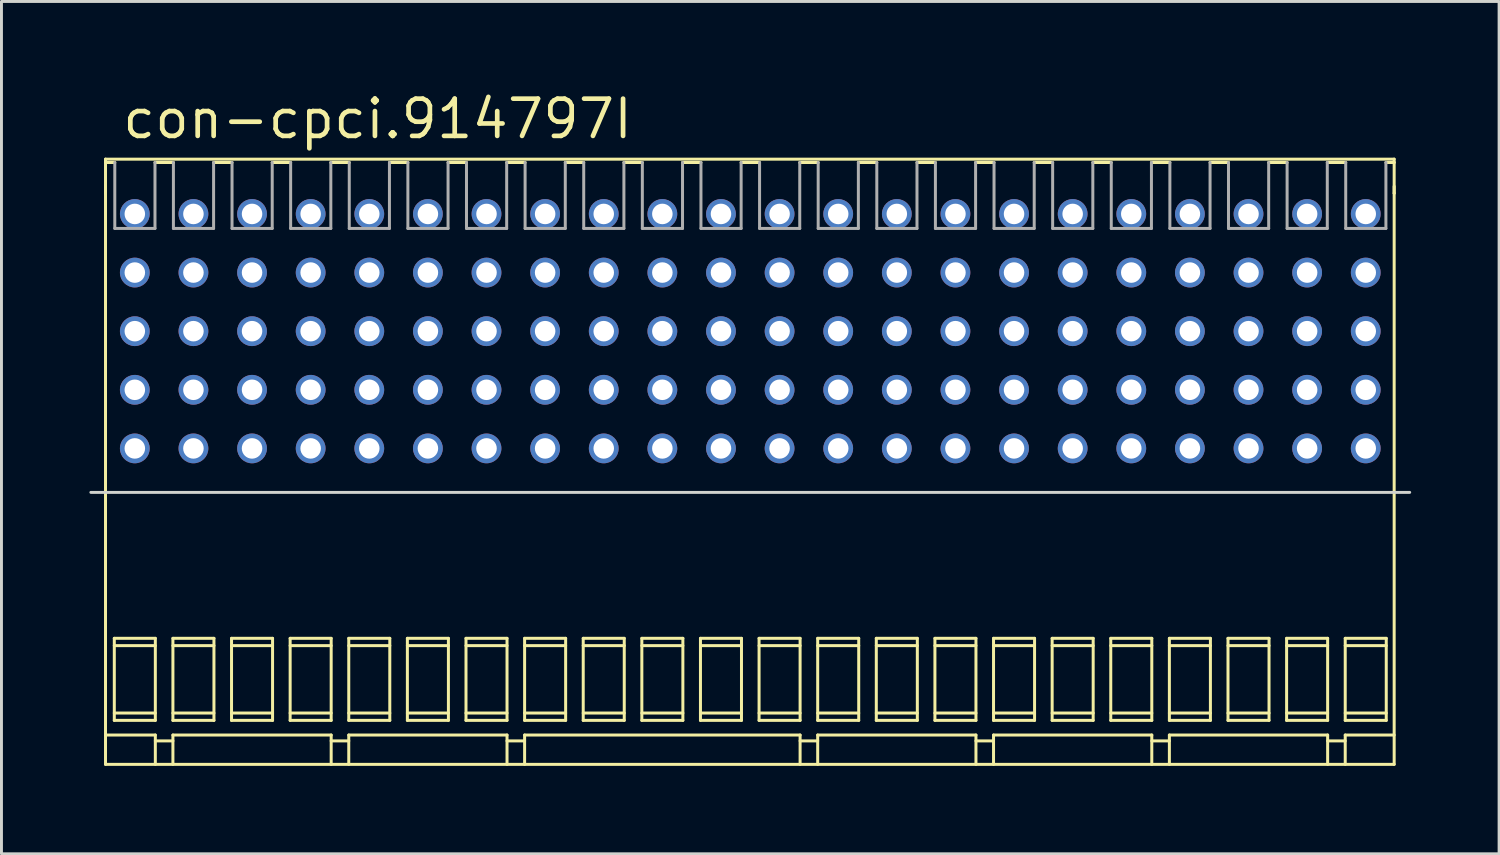
<source format=kicad_pcb>
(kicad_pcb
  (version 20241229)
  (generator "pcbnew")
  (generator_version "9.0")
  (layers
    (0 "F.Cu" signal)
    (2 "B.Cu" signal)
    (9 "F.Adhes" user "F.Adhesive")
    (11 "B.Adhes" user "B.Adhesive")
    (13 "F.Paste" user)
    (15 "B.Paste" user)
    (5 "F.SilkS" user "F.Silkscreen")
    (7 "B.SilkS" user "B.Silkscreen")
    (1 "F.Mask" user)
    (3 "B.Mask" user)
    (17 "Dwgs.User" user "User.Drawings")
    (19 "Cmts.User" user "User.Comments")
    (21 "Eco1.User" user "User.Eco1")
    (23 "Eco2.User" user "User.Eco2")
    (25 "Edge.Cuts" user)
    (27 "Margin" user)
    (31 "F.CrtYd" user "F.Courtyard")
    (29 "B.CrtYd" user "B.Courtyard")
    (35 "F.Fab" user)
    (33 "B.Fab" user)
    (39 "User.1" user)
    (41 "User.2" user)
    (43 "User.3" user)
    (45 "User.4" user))
  (footprint "con-cpci.914797I"
    (layer "F.Cu")
    (at 22.55 12.25)
    (property "Reference" "con-cpci.914797I" (at -21.5 -10.5 0) (layer "F.SilkS") (effects (font (size 1.27 1.27) (thickness 0.16)) (justify left bottom)))
    (attr through_hole)
    (fp_line (start -22 -9.87) (end 21.97 -9.87) (stroke (width 0.102) (type default)) (layer "F.SilkS"))
    (fp_line (start -22 -9.756) (end -22 -9.87) (stroke (width 0.102) (type default)) (layer "F.SilkS"))
    (fp_line (start -22 -9.756) (end -22 -8.706) (stroke (width 0.102) (type default)) (layer "F.SilkS"))
    (fp_line (start -22 -8.972) (end -22 -8.706) (stroke (width 0.102) (type default)) (layer "F.SilkS"))
    (fp_line (start -22 -8.706) (end -22 10.78) (stroke (width 0.102) (type default)) (layer "F.SilkS"))
    (fp_line (start -22 9.78) (end -20.3 9.78) (stroke (width 0.102) (type default)) (layer "F.SilkS"))
    (fp_line (start -22 10.78) (end 21.97 10.78) (stroke (width 0.102) (type default)) (layer "F.SilkS"))
    (fp_line (start -21.7 6.48) (end -21.7 9.28) (stroke (width 0.102) (type default)) (layer "F.SilkS"))
    (fp_line (start -21.7 6.48) (end -20.3 6.48) (stroke (width 0.102) (type default)) (layer "F.SilkS"))
    (fp_line (start -21.7 6.73) (end -20.3 6.73) (stroke (width 0.102) (type default)) (layer "F.SilkS"))
    (fp_line (start -21.7 9.03) (end -20.3 9.03) (stroke (width 0.102) (type default)) (layer "F.SilkS"))
    (fp_line (start -21.7 9.28) (end -20.3 9.28) (stroke (width 0.102) (type default)) (layer "F.SilkS"))
    (fp_line (start -21.683 -9.756) (end -22 -9.756) (stroke (width 0.102) (type default)) (layer "F.SilkS"))
    (fp_line (start -20.3 6.48) (end -20.3 9.28) (stroke (width 0.102) (type default)) (layer "F.SilkS"))
    (fp_line (start -20.3 9.78) (end -20.3 10.78) (stroke (width 0.102) (type default)) (layer "F.SilkS"))
    (fp_line (start -20.3 9.98) (end -19.7 9.98) (stroke (width 0.102) (type default)) (layer "F.SilkS"))
    (fp_line (start -19.7 6.48) (end -19.7 9.28) (stroke (width 0.102) (type default)) (layer "F.SilkS"))
    (fp_line (start -19.7 6.48) (end -18.3 6.48) (stroke (width 0.102) (type default)) (layer "F.SilkS"))
    (fp_line (start -19.7 6.73) (end -18.3 6.73) (stroke (width 0.102) (type default)) (layer "F.SilkS"))
    (fp_line (start -19.7 9.03) (end -18.3 9.03) (stroke (width 0.102) (type default)) (layer "F.SilkS"))
    (fp_line (start -19.7 9.28) (end -18.3 9.28) (stroke (width 0.102) (type default)) (layer "F.SilkS"))
    (fp_line (start -19.7 9.78) (end -19.7 10.78) (stroke (width 0.102) (type default)) (layer "F.SilkS"))
    (fp_line (start -19.683 -9.756) (end -20.312 -9.756) (stroke (width 0.102) (type default)) (layer "F.SilkS"))
    (fp_line (start -18.3 6.48) (end -18.3 9.28) (stroke (width 0.102) (type default)) (layer "F.SilkS"))
    (fp_line (start -17.7 6.48) (end -17.7 9.28) (stroke (width 0.102) (type default)) (layer "F.SilkS"))
    (fp_line (start -17.7 6.48) (end -16.3 6.48) (stroke (width 0.102) (type default)) (layer "F.SilkS"))
    (fp_line (start -17.7 6.73) (end -16.3 6.73) (stroke (width 0.102) (type default)) (layer "F.SilkS"))
    (fp_line (start -17.7 9.03) (end -16.3 9.03) (stroke (width 0.102) (type default)) (layer "F.SilkS"))
    (fp_line (start -17.7 9.28) (end -16.3 9.28) (stroke (width 0.102) (type default)) (layer "F.SilkS"))
    (fp_line (start -17.683 -9.756) (end -18.312 -9.756) (stroke (width 0.102) (type default)) (layer "F.SilkS"))
    (fp_line (start -16.3 6.48) (end -16.3 9.28) (stroke (width 0.102) (type default)) (layer "F.SilkS"))
    (fp_line (start -15.7 6.48) (end -15.7 9.28) (stroke (width 0.102) (type default)) (layer "F.SilkS"))
    (fp_line (start -15.7 6.48) (end -14.3 6.48) (stroke (width 0.102) (type default)) (layer "F.SilkS"))
    (fp_line (start -15.7 6.73) (end -14.3 6.73) (stroke (width 0.102) (type default)) (layer "F.SilkS"))
    (fp_line (start -15.7 9.03) (end -14.3 9.03) (stroke (width 0.102) (type default)) (layer "F.SilkS"))
    (fp_line (start -15.7 9.28) (end -14.3 9.28) (stroke (width 0.102) (type default)) (layer "F.SilkS"))
    (fp_line (start -15.683 -9.756) (end -16.312 -9.756) (stroke (width 0.102) (type default)) (layer "F.SilkS"))
    (fp_line (start -14.3 6.48) (end -14.3 9.28) (stroke (width 0.102) (type default)) (layer "F.SilkS"))
    (fp_line (start -14.3 9.78) (end -19.7 9.78) (stroke (width 0.102) (type default)) (layer "F.SilkS"))
    (fp_line (start -14.3 9.78) (end -14.3 10.78) (stroke (width 0.102) (type default)) (layer "F.SilkS"))
    (fp_line (start -14.3 9.98) (end -13.7 9.98) (stroke (width 0.102) (type default)) (layer "F.SilkS"))
    (fp_line (start -13.7 6.48) (end -13.7 9.28) (stroke (width 0.102) (type default)) (layer "F.SilkS"))
    (fp_line (start -13.7 6.48) (end -12.3 6.48) (stroke (width 0.102) (type default)) (layer "F.SilkS"))
    (fp_line (start -13.7 6.73) (end -12.3 6.73) (stroke (width 0.102) (type default)) (layer "F.SilkS"))
    (fp_line (start -13.7 9.03) (end -12.3 9.03) (stroke (width 0.102) (type default)) (layer "F.SilkS"))
    (fp_line (start -13.7 9.28) (end -12.3 9.28) (stroke (width 0.102) (type default)) (layer "F.SilkS"))
    (fp_line (start -13.7 9.78) (end -13.7 10.78) (stroke (width 0.102) (type default)) (layer "F.SilkS"))
    (fp_line (start -13.683 -9.756) (end -14.312 -9.756) (stroke (width 0.102) (type default)) (layer "F.SilkS"))
    (fp_line (start -12.3 6.48) (end -12.3 9.28) (stroke (width 0.102) (type default)) (layer "F.SilkS"))
    (fp_line (start -11.7 6.48) (end -11.7 9.28) (stroke (width 0.102) (type default)) (layer "F.SilkS"))
    (fp_line (start -11.7 6.48) (end -10.3 6.48) (stroke (width 0.102) (type default)) (layer "F.SilkS"))
    (fp_line (start -11.7 6.73) (end -10.3 6.73) (stroke (width 0.102) (type default)) (layer "F.SilkS"))
    (fp_line (start -11.7 9.03) (end -10.3 9.03) (stroke (width 0.102) (type default)) (layer "F.SilkS"))
    (fp_line (start -11.7 9.28) (end -10.3 9.28) (stroke (width 0.102) (type default)) (layer "F.SilkS"))
    (fp_line (start -11.683 -9.756) (end -12.312 -9.756) (stroke (width 0.102) (type default)) (layer "F.SilkS"))
    (fp_line (start -10.3 6.48) (end -10.3 9.28) (stroke (width 0.102) (type default)) (layer "F.SilkS"))
    (fp_line (start -9.7 6.48) (end -9.7 9.28) (stroke (width 0.102) (type default)) (layer "F.SilkS"))
    (fp_line (start -9.7 6.48) (end -8.3 6.48) (stroke (width 0.102) (type default)) (layer "F.SilkS"))
    (fp_line (start -9.7 6.73) (end -8.3 6.73) (stroke (width 0.102) (type default)) (layer "F.SilkS"))
    (fp_line (start -9.7 9.03) (end -8.3 9.03) (stroke (width 0.102) (type default)) (layer "F.SilkS"))
    (fp_line (start -9.7 9.28) (end -8.3 9.28) (stroke (width 0.102) (type default)) (layer "F.SilkS"))
    (fp_line (start -9.683 -9.756) (end -10.312 -9.756) (stroke (width 0.102) (type default)) (layer "F.SilkS"))
    (fp_line (start -8.3 6.48) (end -8.3 9.28) (stroke (width 0.102) (type default)) (layer "F.SilkS"))
    (fp_line (start -8.3 9.78) (end -13.7 9.78) (stroke (width 0.102) (type default)) (layer "F.SilkS"))
    (fp_line (start -8.3 9.78) (end -8.3 10.78) (stroke (width 0.102) (type default)) (layer "F.SilkS"))
    (fp_line (start -8.3 9.98) (end -7.7 9.98) (stroke (width 0.102) (type default)) (layer "F.SilkS"))
    (fp_line (start -7.7 6.48) (end -7.7 9.28) (stroke (width 0.102) (type default)) (layer "F.SilkS"))
    (fp_line (start -7.7 6.48) (end -6.3 6.48) (stroke (width 0.102) (type default)) (layer "F.SilkS"))
    (fp_line (start -7.7 6.73) (end -6.3 6.73) (stroke (width 0.102) (type default)) (layer "F.SilkS"))
    (fp_line (start -7.7 9.03) (end -6.3 9.03) (stroke (width 0.102) (type default)) (layer "F.SilkS"))
    (fp_line (start -7.7 9.28) (end -6.3 9.28) (stroke (width 0.102) (type default)) (layer "F.SilkS"))
    (fp_line (start -7.7 9.78) (end -7.7 10.78) (stroke (width 0.102) (type default)) (layer "F.SilkS"))
    (fp_line (start -7.7 9.78) (end 1.7 9.78) (stroke (width 0.102) (type default)) (layer "F.SilkS"))
    (fp_line (start -7.683 -9.756) (end -8.312 -9.756) (stroke (width 0.102) (type default)) (layer "F.SilkS"))
    (fp_line (start -6.3 6.48) (end -6.3 9.28) (stroke (width 0.102) (type default)) (layer "F.SilkS"))
    (fp_line (start -5.7 6.48) (end -5.7 9.28) (stroke (width 0.102) (type default)) (layer "F.SilkS"))
    (fp_line (start -5.7 6.73) (end -4.3 6.73) (stroke (width 0.102) (type default)) (layer "F.SilkS"))
    (fp_line (start -5.7 9.03) (end -4.3 9.03) (stroke (width 0.102) (type default)) (layer "F.SilkS"))
    (fp_line (start -5.683 -9.756) (end -6.312 -9.756) (stroke (width 0.102) (type default)) (layer "F.SilkS"))
    (fp_line (start -4.3 6.48) (end -5.7 6.48) (stroke (width 0.102) (type default)) (layer "F.SilkS"))
    (fp_line (start -4.3 9.28) (end -5.7 9.28) (stroke (width 0.102) (type default)) (layer "F.SilkS"))
    (fp_line (start -4.3 9.28) (end -4.3 6.48) (stroke (width 0.102) (type default)) (layer "F.SilkS"))
    (fp_line (start -3.7 6.48) (end -3.7 9.28) (stroke (width 0.102) (type default)) (layer "F.SilkS"))
    (fp_line (start -3.683 -9.756) (end -4.312 -9.756) (stroke (width 0.102) (type default)) (layer "F.SilkS"))
    (fp_line (start -2.3 6.48) (end -3.7 6.48) (stroke (width 0.102) (type default)) (layer "F.SilkS"))
    (fp_line (start -2.3 6.48) (end -2.3 9.28) (stroke (width 0.102) (type default)) (layer "F.SilkS"))
    (fp_line (start -2.3 6.73) (end -3.7 6.73) (stroke (width 0.102) (type default)) (layer "F.SilkS"))
    (fp_line (start -2.3 9.03) (end -3.7 9.03) (stroke (width 0.102) (type default)) (layer "F.SilkS"))
    (fp_line (start -2.3 9.28) (end -3.7 9.28) (stroke (width 0.102) (type default)) (layer "F.SilkS"))
    (fp_line (start -1.7 9.28) (end -1.7 6.48) (stroke (width 0.102) (type default)) (layer "F.SilkS"))
    (fp_line (start -1.683 -9.756) (end -2.312 -9.756) (stroke (width 0.102) (type default)) (layer "F.SilkS"))
    (fp_line (start -0.3 6.48) (end -1.7 6.48) (stroke (width 0.102) (type default)) (layer "F.SilkS"))
    (fp_line (start -0.3 6.48) (end -0.3 9.28) (stroke (width 0.102) (type default)) (layer "F.SilkS"))
    (fp_line (start -0.3 6.73) (end -1.7 6.73) (stroke (width 0.102) (type default)) (layer "F.SilkS"))
    (fp_line (start -0.3 9.03) (end -1.7 9.03) (stroke (width 0.102) (type default)) (layer "F.SilkS"))
    (fp_line (start -0.3 9.28) (end -1.7 9.28) (stroke (width 0.102) (type default)) (layer "F.SilkS"))
    (fp_line (start 0.3 6.48) (end 0.3 9.28) (stroke (width 0.102) (type default)) (layer "F.SilkS"))
    (fp_line (start 0.317 -9.756) (end -0.312 -9.756) (stroke (width 0.102) (type default)) (layer "F.SilkS"))
    (fp_line (start 1.7 6.48) (end 0.3 6.48) (stroke (width 0.102) (type default)) (layer "F.SilkS"))
    (fp_line (start 1.7 6.48) (end 1.7 9.28) (stroke (width 0.102) (type default)) (layer "F.SilkS"))
    (fp_line (start 1.7 6.73) (end 0.3 6.73) (stroke (width 0.102) (type default)) (layer "F.SilkS"))
    (fp_line (start 1.7 9.03) (end 0.3 9.03) (stroke (width 0.102) (type default)) (layer "F.SilkS"))
    (fp_line (start 1.7 9.28) (end 0.3 9.28) (stroke (width 0.102) (type default)) (layer "F.SilkS"))
    (fp_line (start 1.7 9.78) (end 1.7 10.78) (stroke (width 0.102) (type default)) (layer "F.SilkS"))
    (fp_line (start 2.3 6.48) (end 2.3 9.28) (stroke (width 0.102) (type default)) (layer "F.SilkS"))
    (fp_line (start 2.3 9.78) (end 2.3 10.78) (stroke (width 0.102) (type default)) (layer "F.SilkS"))
    (fp_line (start 2.3 9.98) (end 1.7 9.98) (stroke (width 0.102) (type default)) (layer "F.SilkS"))
    (fp_line (start 2.317 -9.756) (end 1.688 -9.756) (stroke (width 0.102) (type default)) (layer "F.SilkS"))
    (fp_line (start 3.7 6.48) (end 2.3 6.48) (stroke (width 0.102) (type default)) (layer "F.SilkS"))
    (fp_line (start 3.7 6.48) (end 3.7 9.28) (stroke (width 0.102) (type default)) (layer "F.SilkS"))
    (fp_line (start 3.7 6.73) (end 2.3 6.73) (stroke (width 0.102) (type default)) (layer "F.SilkS"))
    (fp_line (start 3.7 9.03) (end 2.3 9.03) (stroke (width 0.102) (type default)) (layer "F.SilkS"))
    (fp_line (start 3.7 9.28) (end 2.3 9.28) (stroke (width 0.102) (type default)) (layer "F.SilkS"))
    (fp_line (start 4.3 6.48) (end 4.3 9.28) (stroke (width 0.102) (type default)) (layer "F.SilkS"))
    (fp_line (start 4.317 -9.756) (end 3.688 -9.756) (stroke (width 0.102) (type default)) (layer "F.SilkS"))
    (fp_line (start 5.7 6.48) (end 4.3 6.48) (stroke (width 0.102) (type default)) (layer "F.SilkS"))
    (fp_line (start 5.7 6.48) (end 5.7 9.28) (stroke (width 0.102) (type default)) (layer "F.SilkS"))
    (fp_line (start 5.7 6.73) (end 4.3 6.73) (stroke (width 0.102) (type default)) (layer "F.SilkS"))
    (fp_line (start 5.7 9.03) (end 4.3 9.03) (stroke (width 0.102) (type default)) (layer "F.SilkS"))
    (fp_line (start 5.7 9.28) (end 4.3 9.28) (stroke (width 0.102) (type default)) (layer "F.SilkS"))
    (fp_line (start 6.3 6.48) (end 6.3 9.28) (stroke (width 0.102) (type default)) (layer "F.SilkS"))
    (fp_line (start 6.317 -9.756) (end 5.688 -9.756) (stroke (width 0.102) (type default)) (layer "F.SilkS"))
    (fp_line (start 7.7 6.48) (end 6.3 6.48) (stroke (width 0.102) (type default)) (layer "F.SilkS"))
    (fp_line (start 7.7 6.48) (end 7.7 9.28) (stroke (width 0.102) (type default)) (layer "F.SilkS"))
    (fp_line (start 7.7 6.73) (end 6.3 6.73) (stroke (width 0.102) (type default)) (layer "F.SilkS"))
    (fp_line (start 7.7 9.03) (end 6.3 9.03) (stroke (width 0.102) (type default)) (layer "F.SilkS"))
    (fp_line (start 7.7 9.28) (end 6.3 9.28) (stroke (width 0.102) (type default)) (layer "F.SilkS"))
    (fp_line (start 7.7 9.78) (end 2.3 9.78) (stroke (width 0.102) (type default)) (layer "F.SilkS"))
    (fp_line (start 7.7 9.78) (end 7.7 10.78) (stroke (width 0.102) (type default)) (layer "F.SilkS"))
    (fp_line (start 8.3 6.48) (end 8.3 9.28) (stroke (width 0.102) (type default)) (layer "F.SilkS"))
    (fp_line (start 8.3 9.78) (end 8.3 10.78) (stroke (width 0.102) (type default)) (layer "F.SilkS"))
    (fp_line (start 8.3 9.98) (end 7.7 9.98) (stroke (width 0.102) (type default)) (layer "F.SilkS"))
    (fp_line (start 8.317 -9.756) (end 7.688 -9.756) (stroke (width 0.102) (type default)) (layer "F.SilkS"))
    (fp_line (start 9.7 6.48) (end 8.3 6.48) (stroke (width 0.102) (type default)) (layer "F.SilkS"))
    (fp_line (start 9.7 6.48) (end 9.7 9.28) (stroke (width 0.102) (type default)) (layer "F.SilkS"))
    (fp_line (start 9.7 6.73) (end 8.3 6.73) (stroke (width 0.102) (type default)) (layer "F.SilkS"))
    (fp_line (start 9.7 9.03) (end 8.3 9.03) (stroke (width 0.102) (type default)) (layer "F.SilkS"))
    (fp_line (start 9.7 9.28) (end 8.3 9.28) (stroke (width 0.102) (type default)) (layer "F.SilkS"))
    (fp_line (start 10.3 6.48) (end 10.3 9.28) (stroke (width 0.102) (type default)) (layer "F.SilkS"))
    (fp_line (start 10.317 -9.756) (end 9.688 -9.756) (stroke (width 0.102) (type default)) (layer "F.SilkS"))
    (fp_line (start 11.7 6.48) (end 10.3 6.48) (stroke (width 0.102) (type default)) (layer "F.SilkS"))
    (fp_line (start 11.7 6.48) (end 11.7 9.28) (stroke (width 0.102) (type default)) (layer "F.SilkS"))
    (fp_line (start 11.7 6.73) (end 10.3 6.73) (stroke (width 0.102) (type default)) (layer "F.SilkS"))
    (fp_line (start 11.7 9.03) (end 10.3 9.03) (stroke (width 0.102) (type default)) (layer "F.SilkS"))
    (fp_line (start 11.7 9.28) (end 10.3 9.28) (stroke (width 0.102) (type default)) (layer "F.SilkS"))
    (fp_line (start 12.3 6.48) (end 12.3 9.28) (stroke (width 0.102) (type default)) (layer "F.SilkS"))
    (fp_line (start 12.317 -9.756) (end 11.688 -9.756) (stroke (width 0.102) (type default)) (layer "F.SilkS"))
    (fp_line (start 13.7 6.48) (end 12.3 6.48) (stroke (width 0.102) (type default)) (layer "F.SilkS"))
    (fp_line (start 13.7 6.48) (end 13.7 9.28) (stroke (width 0.102) (type default)) (layer "F.SilkS"))
    (fp_line (start 13.7 6.73) (end 12.3 6.73) (stroke (width 0.102) (type default)) (layer "F.SilkS"))
    (fp_line (start 13.7 9.03) (end 12.3 9.03) (stroke (width 0.102) (type default)) (layer "F.SilkS"))
    (fp_line (start 13.7 9.28) (end 12.3 9.28) (stroke (width 0.102) (type default)) (layer "F.SilkS"))
    (fp_line (start 13.7 9.78) (end 8.3 9.78) (stroke (width 0.102) (type default)) (layer "F.SilkS"))
    (fp_line (start 13.7 9.78) (end 13.7 10.78) (stroke (width 0.102) (type default)) (layer "F.SilkS"))
    (fp_line (start 14.3 6.48) (end 14.3 9.28) (stroke (width 0.102) (type default)) (layer "F.SilkS"))
    (fp_line (start 14.3 9.78) (end 14.3 10.78) (stroke (width 0.102) (type default)) (layer "F.SilkS"))
    (fp_line (start 14.3 9.98) (end 13.7 9.98) (stroke (width 0.102) (type default)) (layer "F.SilkS"))
    (fp_line (start 14.317 -9.756) (end 13.688 -9.756) (stroke (width 0.102) (type default)) (layer "F.SilkS"))
    (fp_line (start 15.7 6.48) (end 14.3 6.48) (stroke (width 0.102) (type default)) (layer "F.SilkS"))
    (fp_line (start 15.7 6.48) (end 15.7 9.28) (stroke (width 0.102) (type default)) (layer "F.SilkS"))
    (fp_line (start 15.7 6.73) (end 14.3 6.73) (stroke (width 0.102) (type default)) (layer "F.SilkS"))
    (fp_line (start 15.7 9.03) (end 14.3 9.03) (stroke (width 0.102) (type default)) (layer "F.SilkS"))
    (fp_line (start 15.7 9.28) (end 14.3 9.28) (stroke (width 0.102) (type default)) (layer "F.SilkS"))
    (fp_line (start 16.3 6.48) (end 16.3 9.28) (stroke (width 0.102) (type default)) (layer "F.SilkS"))
    (fp_line (start 16.317 -9.756) (end 15.688 -9.756) (stroke (width 0.102) (type default)) (layer "F.SilkS"))
    (fp_line (start 17.7 6.48) (end 16.3 6.48) (stroke (width 0.102) (type default)) (layer "F.SilkS"))
    (fp_line (start 17.7 6.48) (end 17.7 9.28) (stroke (width 0.102) (type default)) (layer "F.SilkS"))
    (fp_line (start 17.7 6.73) (end 16.3 6.73) (stroke (width 0.102) (type default)) (layer "F.SilkS"))
    (fp_line (start 17.7 9.03) (end 16.3 9.03) (stroke (width 0.102) (type default)) (layer "F.SilkS"))
    (fp_line (start 17.7 9.28) (end 16.3 9.28) (stroke (width 0.102) (type default)) (layer "F.SilkS"))
    (fp_line (start 18.3 6.48) (end 18.3 9.28) (stroke (width 0.102) (type default)) (layer "F.SilkS"))
    (fp_line (start 18.317 -9.756) (end 17.688 -9.756) (stroke (width 0.102) (type default)) (layer "F.SilkS"))
    (fp_line (start 19.7 6.48) (end 18.3 6.48) (stroke (width 0.102) (type default)) (layer "F.SilkS"))
    (fp_line (start 19.7 6.48) (end 19.7 9.28) (stroke (width 0.102) (type default)) (layer "F.SilkS"))
    (fp_line (start 19.7 6.73) (end 18.3 6.73) (stroke (width 0.102) (type default)) (layer "F.SilkS"))
    (fp_line (start 19.7 9.03) (end 18.3 9.03) (stroke (width 0.102) (type default)) (layer "F.SilkS"))
    (fp_line (start 19.7 9.28) (end 18.3 9.28) (stroke (width 0.102) (type default)) (layer "F.SilkS"))
    (fp_line (start 19.7 9.78) (end 14.3 9.78) (stroke (width 0.102) (type default)) (layer "F.SilkS"))
    (fp_line (start 19.7 9.78) (end 19.7 10.78) (stroke (width 0.102) (type default)) (layer "F.SilkS"))
    (fp_line (start 20.3 6.48) (end 20.3 9.28) (stroke (width 0.102) (type default)) (layer "F.SilkS"))
    (fp_line (start 20.3 9.78) (end 20.3 10.78) (stroke (width 0.102) (type default)) (layer "F.SilkS"))
    (fp_line (start 20.3 9.98) (end 19.7 9.98) (stroke (width 0.102) (type default)) (layer "F.SilkS"))
    (fp_line (start 20.317 -9.756) (end 19.688 -9.756) (stroke (width 0.102) (type default)) (layer "F.SilkS"))
    (fp_line (start 21.7 6.48) (end 20.3 6.48) (stroke (width 0.102) (type default)) (layer "F.SilkS"))
    (fp_line (start 21.7 6.48) (end 21.7 9.28) (stroke (width 0.102) (type default)) (layer "F.SilkS"))
    (fp_line (start 21.7 6.73) (end 20.3 6.73) (stroke (width 0.102) (type default)) (layer "F.SilkS"))
    (fp_line (start 21.7 9.03) (end 20.3 9.03) (stroke (width 0.102) (type default)) (layer "F.SilkS"))
    (fp_line (start 21.7 9.28) (end 20.3 9.28) (stroke (width 0.102) (type default)) (layer "F.SilkS"))
    (fp_line (start 21.97 -9.756) (end 21.688 -9.756) (stroke (width 0.102) (type default)) (layer "F.SilkS"))
    (fp_line (start 21.97 -9.756) (end 21.97 -9.87) (stroke (width 0.102) (type default)) (layer "F.SilkS"))
    (fp_line (start 21.97 -9.756) (end 21.97 -8.706) (stroke (width 0.102) (type default)) (layer "F.SilkS"))
    (fp_line (start 21.97 -8.942) (end 21.97 -8.706) (stroke (width 0.102) (type default)) (layer "F.SilkS"))
    (fp_line (start 21.97 9.78) (end 20.3 9.78) (stroke (width 0.102) (type default)) (layer "F.SilkS"))
    (fp_line (start 21.97 10.78) (end 21.97 -8.706) (stroke (width 0.102) (type default)) (layer "F.SilkS"))
    (fp_line (start -22.5 1.5) (end 22.5 1.5) (stroke (width 0.1) (type default)) (layer "Edge.Cuts"))
    (fp_line (start -21.683 -7.506) (end -21.683 -9.756) (stroke (width 0.102) (type default)) (layer "F.Fab"))
    (fp_line (start -20.312 -9.756) (end -20.312 -7.506) (stroke (width 0.102) (type default)) (layer "F.Fab"))
    (fp_line (start -20.312 -7.506) (end -21.683 -7.506) (stroke (width 0.102) (type default)) (layer "F.Fab"))
    (fp_line (start -19.683 -7.506) (end -19.683 -9.756) (stroke (width 0.102) (type default)) (layer "F.Fab"))
    (fp_line (start -18.312 -9.756) (end -18.312 -7.506) (stroke (width 0.102) (type default)) (layer "F.Fab"))
    (fp_line (start -18.312 -7.506) (end -19.683 -7.506) (stroke (width 0.102) (type default)) (layer "F.Fab"))
    (fp_line (start -17.683 -7.506) (end -17.683 -9.756) (stroke (width 0.102) (type default)) (layer "F.Fab"))
    (fp_line (start -16.312 -9.756) (end -16.312 -7.506) (stroke (width 0.102) (type default)) (layer "F.Fab"))
    (fp_line (start -16.312 -7.506) (end -17.683 -7.506) (stroke (width 0.102) (type default)) (layer "F.Fab"))
    (fp_line (start -15.683 -7.506) (end -15.683 -9.756) (stroke (width 0.102) (type default)) (layer "F.Fab"))
    (fp_line (start -14.312 -9.756) (end -14.312 -7.506) (stroke (width 0.102) (type default)) (layer "F.Fab"))
    (fp_line (start -14.312 -7.506) (end -15.683 -7.506) (stroke (width 0.102) (type default)) (layer "F.Fab"))
    (fp_line (start -13.683 -7.506) (end -13.683 -9.756) (stroke (width 0.102) (type default)) (layer "F.Fab"))
    (fp_line (start -12.312 -9.756) (end -12.312 -7.506) (stroke (width 0.102) (type default)) (layer "F.Fab"))
    (fp_line (start -12.312 -7.506) (end -13.683 -7.506) (stroke (width 0.102) (type default)) (layer "F.Fab"))
    (fp_line (start -11.683 -7.506) (end -11.683 -9.756) (stroke (width 0.102) (type default)) (layer "F.Fab"))
    (fp_line (start -10.312 -9.756) (end -10.312 -7.506) (stroke (width 0.102) (type default)) (layer "F.Fab"))
    (fp_line (start -10.312 -7.506) (end -11.683 -7.506) (stroke (width 0.102) (type default)) (layer "F.Fab"))
    (fp_line (start -9.683 -7.506) (end -9.683 -9.756) (stroke (width 0.102) (type default)) (layer "F.Fab"))
    (fp_line (start -8.312 -9.756) (end -8.312 -7.506) (stroke (width 0.102) (type default)) (layer "F.Fab"))
    (fp_line (start -8.312 -7.506) (end -9.683 -7.506) (stroke (width 0.102) (type default)) (layer "F.Fab"))
    (fp_line (start -7.683 -7.506) (end -7.683 -9.756) (stroke (width 0.102) (type default)) (layer "F.Fab"))
    (fp_line (start -6.312 -9.756) (end -6.312 -7.506) (stroke (width 0.102) (type default)) (layer "F.Fab"))
    (fp_line (start -6.312 -7.506) (end -7.683 -7.506) (stroke (width 0.102) (type default)) (layer "F.Fab"))
    (fp_line (start -5.683 -7.506) (end -5.683 -9.756) (stroke (width 0.102) (type default)) (layer "F.Fab"))
    (fp_line (start -4.312 -9.756) (end -4.312 -7.506) (stroke (width 0.102) (type default)) (layer "F.Fab"))
    (fp_line (start -4.312 -7.506) (end -5.683 -7.506) (stroke (width 0.102) (type default)) (layer "F.Fab"))
    (fp_line (start -3.683 -7.506) (end -3.683 -9.756) (stroke (width 0.102) (type default)) (layer "F.Fab"))
    (fp_line (start -2.312 -9.756) (end -2.312 -7.506) (stroke (width 0.102) (type default)) (layer "F.Fab"))
    (fp_line (start -2.312 -7.506) (end -3.683 -7.506) (stroke (width 0.102) (type default)) (layer "F.Fab"))
    (fp_line (start -1.683 -7.506) (end -1.683 -9.756) (stroke (width 0.102) (type default)) (layer "F.Fab"))
    (fp_line (start -0.312 -9.756) (end -0.312 -7.506) (stroke (width 0.102) (type default)) (layer "F.Fab"))
    (fp_line (start -0.312 -7.506) (end -1.683 -7.506) (stroke (width 0.102) (type default)) (layer "F.Fab"))
    (fp_line (start 0.317 -7.506) (end 0.317 -9.756) (stroke (width 0.102) (type default)) (layer "F.Fab"))
    (fp_line (start 1.688 -9.756) (end 1.688 -7.506) (stroke (width 0.102) (type default)) (layer "F.Fab"))
    (fp_line (start 1.688 -7.506) (end 0.317 -7.506) (stroke (width 0.102) (type default)) (layer "F.Fab"))
    (fp_line (start 2.317 -7.506) (end 2.317 -9.756) (stroke (width 0.102) (type default)) (layer "F.Fab"))
    (fp_line (start 3.688 -9.756) (end 3.688 -7.506) (stroke (width 0.102) (type default)) (layer "F.Fab"))
    (fp_line (start 3.688 -7.506) (end 2.317 -7.506) (stroke (width 0.102) (type default)) (layer "F.Fab"))
    (fp_line (start 4.317 -7.506) (end 4.317 -9.756) (stroke (width 0.102) (type default)) (layer "F.Fab"))
    (fp_line (start 5.688 -9.756) (end 5.688 -7.506) (stroke (width 0.102) (type default)) (layer "F.Fab"))
    (fp_line (start 5.688 -7.506) (end 4.317 -7.506) (stroke (width 0.102) (type default)) (layer "F.Fab"))
    (fp_line (start 6.317 -7.506) (end 6.317 -9.756) (stroke (width 0.102) (type default)) (layer "F.Fab"))
    (fp_line (start 7.688 -9.756) (end 7.688 -7.506) (stroke (width 0.102) (type default)) (layer "F.Fab"))
    (fp_line (start 7.688 -7.506) (end 6.317 -7.506) (stroke (width 0.102) (type default)) (layer "F.Fab"))
    (fp_line (start 8.317 -7.506) (end 8.317 -9.756) (stroke (width 0.102) (type default)) (layer "F.Fab"))
    (fp_line (start 9.688 -9.756) (end 9.688 -7.506) (stroke (width 0.102) (type default)) (layer "F.Fab"))
    (fp_line (start 9.688 -7.506) (end 8.317 -7.506) (stroke (width 0.102) (type default)) (layer "F.Fab"))
    (fp_line (start 10.317 -7.506) (end 10.317 -9.756) (stroke (width 0.102) (type default)) (layer "F.Fab"))
    (fp_line (start 11.688 -9.756) (end 11.688 -7.506) (stroke (width 0.102) (type default)) (layer "F.Fab"))
    (fp_line (start 11.688 -7.506) (end 10.317 -7.506) (stroke (width 0.102) (type default)) (layer "F.Fab"))
    (fp_line (start 12.317 -7.506) (end 12.317 -9.756) (stroke (width 0.102) (type default)) (layer "F.Fab"))
    (fp_line (start 13.688 -9.756) (end 13.688 -7.506) (stroke (width 0.102) (type default)) (layer "F.Fab"))
    (fp_line (start 13.688 -7.506) (end 12.317 -7.506) (stroke (width 0.102) (type default)) (layer "F.Fab"))
    (fp_line (start 14.317 -7.506) (end 14.317 -9.756) (stroke (width 0.102) (type default)) (layer "F.Fab"))
    (fp_line (start 15.688 -9.756) (end 15.688 -7.506) (stroke (width 0.102) (type default)) (layer "F.Fab"))
    (fp_line (start 15.688 -7.506) (end 14.317 -7.506) (stroke (width 0.102) (type default)) (layer "F.Fab"))
    (fp_line (start 16.317 -7.506) (end 16.317 -9.756) (stroke (width 0.102) (type default)) (layer "F.Fab"))
    (fp_line (start 17.688 -9.756) (end 17.688 -7.506) (stroke (width 0.102) (type default)) (layer "F.Fab"))
    (fp_line (start 17.688 -7.506) (end 16.317 -7.506) (stroke (width 0.102) (type default)) (layer "F.Fab"))
    (fp_line (start 18.317 -7.506) (end 18.317 -9.756) (stroke (width 0.102) (type default)) (layer "F.Fab"))
    (fp_line (start 19.688 -9.756) (end 19.688 -7.506) (stroke (width 0.102) (type default)) (layer "F.Fab"))
    (fp_line (start 19.688 -7.506) (end 18.317 -7.506) (stroke (width 0.102) (type default)) (layer "F.Fab"))
    (fp_line (start 20.317 -7.506) (end 20.317 -9.756) (stroke (width 0.102) (type default)) (layer "F.Fab"))
    (fp_line (start 21.688 -9.756) (end 21.688 -7.506) (stroke (width 0.102) (type default)) (layer "F.Fab"))
    (fp_line (start 21.688 -7.506) (end 20.317 -7.506) (stroke (width 0.102) (type default)) (layer "F.Fab"))
    (pad "A1" thru_hole circle (at 21 0 180) (size 1.016 1.016) (drill 0.7) (layers "*.Cu" "*.Mask"))
    (pad "A2" thru_hole circle (at 19 0 180) (size 1.016 1.016) (drill 0.7) (layers "*.Cu" "*.Mask"))
    (pad "A3" thru_hole circle (at 17 0 180) (size 1.016 1.016) (drill 0.7) (layers "*.Cu" "*.Mask"))
    (pad "A4" thru_hole circle (at 15 0 180) (size 1.016 1.016) (drill 0.7) (layers "*.Cu" "*.Mask"))
    (pad "A5" thru_hole circle (at 13 0 180) (size 1.016 1.016) (drill 0.7) (layers "*.Cu" "*.Mask"))
    (pad "A6" thru_hole circle (at 11 0 180) (size 1.016 1.016) (drill 0.7) (layers "*.Cu" "*.Mask"))
    (pad "A7" thru_hole circle (at 9 0 180) (size 1.016 1.016) (drill 0.7) (layers "*.Cu" "*.Mask"))
    (pad "A8" thru_hole circle (at 7 0 180) (size 1.016 1.016) (drill 0.7) (layers "*.Cu" "*.Mask"))
    (pad "A9" thru_hole circle (at 5 0 180) (size 1.016 1.016) (drill 0.7) (layers "*.Cu" "*.Mask"))
    (pad "A10" thru_hole circle (at 3 0 180) (size 1.016 1.016) (drill 0.7) (layers "*.Cu" "*.Mask"))
    (pad "A11" thru_hole circle (at 1 0 180) (size 1.016 1.016) (drill 0.7) (layers "*.Cu" "*.Mask"))
    (pad "A12" thru_hole circle (at -1 0 180) (size 1.016 1.016) (drill 0.7) (layers "*.Cu" "*.Mask"))
    (pad "A13" thru_hole circle (at -3 0 180) (size 1.016 1.016) (drill 0.7) (layers "*.Cu" "*.Mask"))
    (pad "A14" thru_hole circle (at -5 0 180) (size 1.016 1.016) (drill 0.7) (layers "*.Cu" "*.Mask"))
    (pad "A15" thru_hole circle (at -7 0 180) (size 1.016 1.016) (drill 0.7) (layers "*.Cu" "*.Mask"))
    (pad "A16" thru_hole circle (at -9 0 180) (size 1.016 1.016) (drill 0.7) (layers "*.Cu" "*.Mask"))
    (pad "A17" thru_hole circle (at -11 0 180) (size 1.016 1.016) (drill 0.7) (layers "*.Cu" "*.Mask"))
    (pad "A18" thru_hole circle (at -13 0 180) (size 1.016 1.016) (drill 0.7) (layers "*.Cu" "*.Mask"))
    (pad "A19" thru_hole circle (at -15 0 180) (size 1.016 1.016) (drill 0.7) (layers "*.Cu" "*.Mask"))
    (pad "A20" thru_hole circle (at -17 0 180) (size 1.016 1.016) (drill 0.7) (layers "*.Cu" "*.Mask"))
    (pad "A21" thru_hole circle (at -19 0 180) (size 1.016 1.016) (drill 0.7) (layers "*.Cu" "*.Mask"))
    (pad "A22" thru_hole circle (at -21 0 180) (size 1.016 1.016) (drill 0.7) (layers "*.Cu" "*.Mask"))
    (pad "B1" thru_hole circle (at 21 -2 180) (size 1.016 1.016) (drill 0.7) (layers "*.Cu" "*.Mask"))
    (pad "B2" thru_hole circle (at 19 -2 180) (size 1.016 1.016) (drill 0.7) (layers "*.Cu" "*.Mask"))
    (pad "B3" thru_hole circle (at 17 -2 180) (size 1.016 1.016) (drill 0.7) (layers "*.Cu" "*.Mask"))
    (pad "B4" thru_hole circle (at 15 -2 180) (size 1.016 1.016) (drill 0.7) (layers "*.Cu" "*.Mask"))
    (pad "B5" thru_hole circle (at 13 -2 180) (size 1.016 1.016) (drill 0.7) (layers "*.Cu" "*.Mask"))
    (pad "B6" thru_hole circle (at 11 -2 180) (size 1.016 1.016) (drill 0.7) (layers "*.Cu" "*.Mask"))
    (pad "B7" thru_hole circle (at 9 -2 180) (size 1.016 1.016) (drill 0.7) (layers "*.Cu" "*.Mask"))
    (pad "B8" thru_hole circle (at 7 -2 180) (size 1.016 1.016) (drill 0.7) (layers "*.Cu" "*.Mask"))
    (pad "B9" thru_hole circle (at 5 -2 180) (size 1.016 1.016) (drill 0.7) (layers "*.Cu" "*.Mask"))
    (pad "B10" thru_hole circle (at 3 -2 180) (size 1.016 1.016) (drill 0.7) (layers "*.Cu" "*.Mask"))
    (pad "B11" thru_hole circle (at 1 -2 180) (size 1.016 1.016) (drill 0.7) (layers "*.Cu" "*.Mask"))
    (pad "B12" thru_hole circle (at -1 -2 180) (size 1.016 1.016) (drill 0.7) (layers "*.Cu" "*.Mask"))
    (pad "B13" thru_hole circle (at -3 -2 180) (size 1.016 1.016) (drill 0.7) (layers "*.Cu" "*.Mask"))
    (pad "B14" thru_hole circle (at -5 -2 180) (size 1.016 1.016) (drill 0.7) (layers "*.Cu" "*.Mask"))
    (pad "B15" thru_hole circle (at -7 -2 180) (size 1.016 1.016) (drill 0.7) (layers "*.Cu" "*.Mask"))
    (pad "B16" thru_hole circle (at -9 -2 180) (size 1.016 1.016) (drill 0.7) (layers "*.Cu" "*.Mask"))
    (pad "B17" thru_hole circle (at -11 -2 180) (size 1.016 1.016) (drill 0.7) (layers "*.Cu" "*.Mask"))
    (pad "B18" thru_hole circle (at -13 -2 180) (size 1.016 1.016) (drill 0.7) (layers "*.Cu" "*.Mask"))
    (pad "B19" thru_hole circle (at -15 -2 180) (size 1.016 1.016) (drill 0.7) (layers "*.Cu" "*.Mask"))
    (pad "B20" thru_hole circle (at -17 -2 180) (size 1.016 1.016) (drill 0.7) (layers "*.Cu" "*.Mask"))
    (pad "B21" thru_hole circle (at -19 -2 180) (size 1.016 1.016) (drill 0.7) (layers "*.Cu" "*.Mask"))
    (pad "B22" thru_hole circle (at -21 -2 180) (size 1.016 1.016) (drill 0.7) (layers "*.Cu" "*.Mask"))
    (pad "C1" thru_hole circle (at 21 -4 180) (size 1.016 1.016) (drill 0.7) (layers "*.Cu" "*.Mask"))
    (pad "C2" thru_hole circle (at 19 -4 180) (size 1.016 1.016) (drill 0.7) (layers "*.Cu" "*.Mask"))
    (pad "C3" thru_hole circle (at 17 -4 180) (size 1.016 1.016) (drill 0.7) (layers "*.Cu" "*.Mask"))
    (pad "C4" thru_hole circle (at 15 -4 180) (size 1.016 1.016) (drill 0.7) (layers "*.Cu" "*.Mask"))
    (pad "C5" thru_hole circle (at 13 -4 180) (size 1.016 1.016) (drill 0.7) (layers "*.Cu" "*.Mask"))
    (pad "C6" thru_hole circle (at 11 -4 180) (size 1.016 1.016) (drill 0.7) (layers "*.Cu" "*.Mask"))
    (pad "C7" thru_hole circle (at 9 -4 180) (size 1.016 1.016) (drill 0.7) (layers "*.Cu" "*.Mask"))
    (pad "C8" thru_hole circle (at 7 -4 180) (size 1.016 1.016) (drill 0.7) (layers "*.Cu" "*.Mask"))
    (pad "C9" thru_hole circle (at 5 -4 180) (size 1.016 1.016) (drill 0.7) (layers "*.Cu" "*.Mask"))
    (pad "C10" thru_hole circle (at 3 -4 180) (size 1.016 1.016) (drill 0.7) (layers "*.Cu" "*.Mask"))
    (pad "C11" thru_hole circle (at 1 -4 180) (size 1.016 1.016) (drill 0.7) (layers "*.Cu" "*.Mask"))
    (pad "C12" thru_hole circle (at -1 -4 180) (size 1.016 1.016) (drill 0.7) (layers "*.Cu" "*.Mask"))
    (pad "C13" thru_hole circle (at -3 -4 180) (size 1.016 1.016) (drill 0.7) (layers "*.Cu" "*.Mask"))
    (pad "C14" thru_hole circle (at -5 -4 180) (size 1.016 1.016) (drill 0.7) (layers "*.Cu" "*.Mask"))
    (pad "C15" thru_hole circle (at -7 -4 180) (size 1.016 1.016) (drill 0.7) (layers "*.Cu" "*.Mask"))
    (pad "C16" thru_hole circle (at -9 -4 180) (size 1.016 1.016) (drill 0.7) (layers "*.Cu" "*.Mask"))
    (pad "C17" thru_hole circle (at -11 -4 180) (size 1.016 1.016) (drill 0.7) (layers "*.Cu" "*.Mask"))
    (pad "C18" thru_hole circle (at -13 -4 180) (size 1.016 1.016) (drill 0.7) (layers "*.Cu" "*.Mask"))
    (pad "C19" thru_hole circle (at -15 -4 180) (size 1.016 1.016) (drill 0.7) (layers "*.Cu" "*.Mask"))
    (pad "C20" thru_hole circle (at -17 -4 180) (size 1.016 1.016) (drill 0.7) (layers "*.Cu" "*.Mask"))
    (pad "C21" thru_hole circle (at -19 -4 180) (size 1.016 1.016) (drill 0.7) (layers "*.Cu" "*.Mask"))
    (pad "C22" thru_hole circle (at -21 -4 180) (size 1.016 1.016) (drill 0.7) (layers "*.Cu" "*.Mask"))
    (pad "D1" thru_hole circle (at 21 -6 180) (size 1.016 1.016) (drill 0.7) (layers "*.Cu" "*.Mask"))
    (pad "D2" thru_hole circle (at 19 -6 180) (size 1.016 1.016) (drill 0.7) (layers "*.Cu" "*.Mask"))
    (pad "D3" thru_hole circle (at 17 -6 180) (size 1.016 1.016) (drill 0.7) (layers "*.Cu" "*.Mask"))
    (pad "D4" thru_hole circle (at 15 -6 180) (size 1.016 1.016) (drill 0.7) (layers "*.Cu" "*.Mask"))
    (pad "D5" thru_hole circle (at 13 -6 180) (size 1.016 1.016) (drill 0.7) (layers "*.Cu" "*.Mask"))
    (pad "D6" thru_hole circle (at 11 -6 180) (size 1.016 1.016) (drill 0.7) (layers "*.Cu" "*.Mask"))
    (pad "D7" thru_hole circle (at 9 -6 180) (size 1.016 1.016) (drill 0.7) (layers "*.Cu" "*.Mask"))
    (pad "D8" thru_hole circle (at 7 -6 180) (size 1.016 1.016) (drill 0.7) (layers "*.Cu" "*.Mask"))
    (pad "D9" thru_hole circle (at 5 -6 180) (size 1.016 1.016) (drill 0.7) (layers "*.Cu" "*.Mask"))
    (pad "D10" thru_hole circle (at 3 -6 180) (size 1.016 1.016) (drill 0.7) (layers "*.Cu" "*.Mask"))
    (pad "D11" thru_hole circle (at 1 -6 180) (size 1.016 1.016) (drill 0.7) (layers "*.Cu" "*.Mask"))
    (pad "D12" thru_hole circle (at -1 -6 180) (size 1.016 1.016) (drill 0.7) (layers "*.Cu" "*.Mask"))
    (pad "D13" thru_hole circle (at -3 -6 180) (size 1.016 1.016) (drill 0.7) (layers "*.Cu" "*.Mask"))
    (pad "D14" thru_hole circle (at -5 -6 180) (size 1.016 1.016) (drill 0.7) (layers "*.Cu" "*.Mask"))
    (pad "D15" thru_hole circle (at -7 -6 180) (size 1.016 1.016) (drill 0.7) (layers "*.Cu" "*.Mask"))
    (pad "D16" thru_hole circle (at -9 -6 180) (size 1.016 1.016) (drill 0.7) (layers "*.Cu" "*.Mask"))
    (pad "D17" thru_hole circle (at -11 -6 180) (size 1.016 1.016) (drill 0.7) (layers "*.Cu" "*.Mask"))
    (pad "D18" thru_hole circle (at -13 -6 180) (size 1.016 1.016) (drill 0.7) (layers "*.Cu" "*.Mask"))
    (pad "D19" thru_hole circle (at -15 -6 180) (size 1.016 1.016) (drill 0.7) (layers "*.Cu" "*.Mask"))
    (pad "D20" thru_hole circle (at -17 -6 180) (size 1.016 1.016) (drill 0.7) (layers "*.Cu" "*.Mask"))
    (pad "D21" thru_hole circle (at -19 -6 180) (size 1.016 1.016) (drill 0.7) (layers "*.Cu" "*.Mask"))
    (pad "D22" thru_hole circle (at -21 -6 180) (size 1.016 1.016) (drill 0.7) (layers "*.Cu" "*.Mask"))
    (pad "E1" thru_hole circle (at 21 -8 180) (size 1.016 1.016) (drill 0.7) (layers "*.Cu" "*.Mask"))
    (pad "E2" thru_hole circle (at 19 -8 180) (size 1.016 1.016) (drill 0.7) (layers "*.Cu" "*.Mask"))
    (pad "E3" thru_hole circle (at 17 -8 180) (size 1.016 1.016) (drill 0.7) (layers "*.Cu" "*.Mask"))
    (pad "E4" thru_hole circle (at 15 -8 180) (size 1.016 1.016) (drill 0.7) (layers "*.Cu" "*.Mask"))
    (pad "E5" thru_hole circle (at 13 -8 180) (size 1.016 1.016) (drill 0.7) (layers "*.Cu" "*.Mask"))
    (pad "E6" thru_hole circle (at 11 -8 180) (size 1.016 1.016) (drill 0.7) (layers "*.Cu" "*.Mask"))
    (pad "E7" thru_hole circle (at 9 -8 180) (size 1.016 1.016) (drill 0.7) (layers "*.Cu" "*.Mask"))
    (pad "E8" thru_hole circle (at 7 -8 180) (size 1.016 1.016) (drill 0.7) (layers "*.Cu" "*.Mask"))
    (pad "E9" thru_hole circle (at 5 -8 180) (size 1.016 1.016) (drill 0.7) (layers "*.Cu" "*.Mask"))
    (pad "E10" thru_hole circle (at 3 -8 180) (size 1.016 1.016) (drill 0.7) (layers "*.Cu" "*.Mask"))
    (pad "E11" thru_hole circle (at 1 -8 180) (size 1.016 1.016) (drill 0.7) (layers "*.Cu" "*.Mask"))
    (pad "E12" thru_hole circle (at -1 -8 180) (size 1.016 1.016) (drill 0.7) (layers "*.Cu" "*.Mask"))
    (pad "E13" thru_hole circle (at -3 -8 180) (size 1.016 1.016) (drill 0.7) (layers "*.Cu" "*.Mask"))
    (pad "E14" thru_hole circle (at -5 -8 180) (size 1.016 1.016) (drill 0.7) (layers "*.Cu" "*.Mask"))
    (pad "E15" thru_hole circle (at -7 -8 180) (size 1.016 1.016) (drill 0.7) (layers "*.Cu" "*.Mask"))
    (pad "E16" thru_hole circle (at -9 -8 180) (size 1.016 1.016) (drill 0.7) (layers "*.Cu" "*.Mask"))
    (pad "E17" thru_hole circle (at -11 -8 180) (size 1.016 1.016) (drill 0.7) (layers "*.Cu" "*.Mask"))
    (pad "E18" thru_hole circle (at -13 -8 180) (size 1.016 1.016) (drill 0.7) (layers "*.Cu" "*.Mask"))
    (pad "E19" thru_hole circle (at -15 -8 180) (size 1.016 1.016) (drill 0.7) (layers "*.Cu" "*.Mask"))
    (pad "E20" thru_hole circle (at -17 -8 180) (size 1.016 1.016) (drill 0.7) (layers "*.Cu" "*.Mask"))
    (pad "E21" thru_hole circle (at -19 -8 180) (size 1.016 1.016) (drill 0.7) (layers "*.Cu" "*.Mask"))
    (pad "E22" thru_hole circle (at -21 -8 180) (size 1.016 1.016) (drill 0.7) (layers "*.Cu" "*.Mask")))
  (gr_rect
    (start -3 -3)
    (end 48.1 26.081)
    (stroke (width 0.1) (type default))
    (fill no)
    (layer "Edge.Cuts")))
</source>
